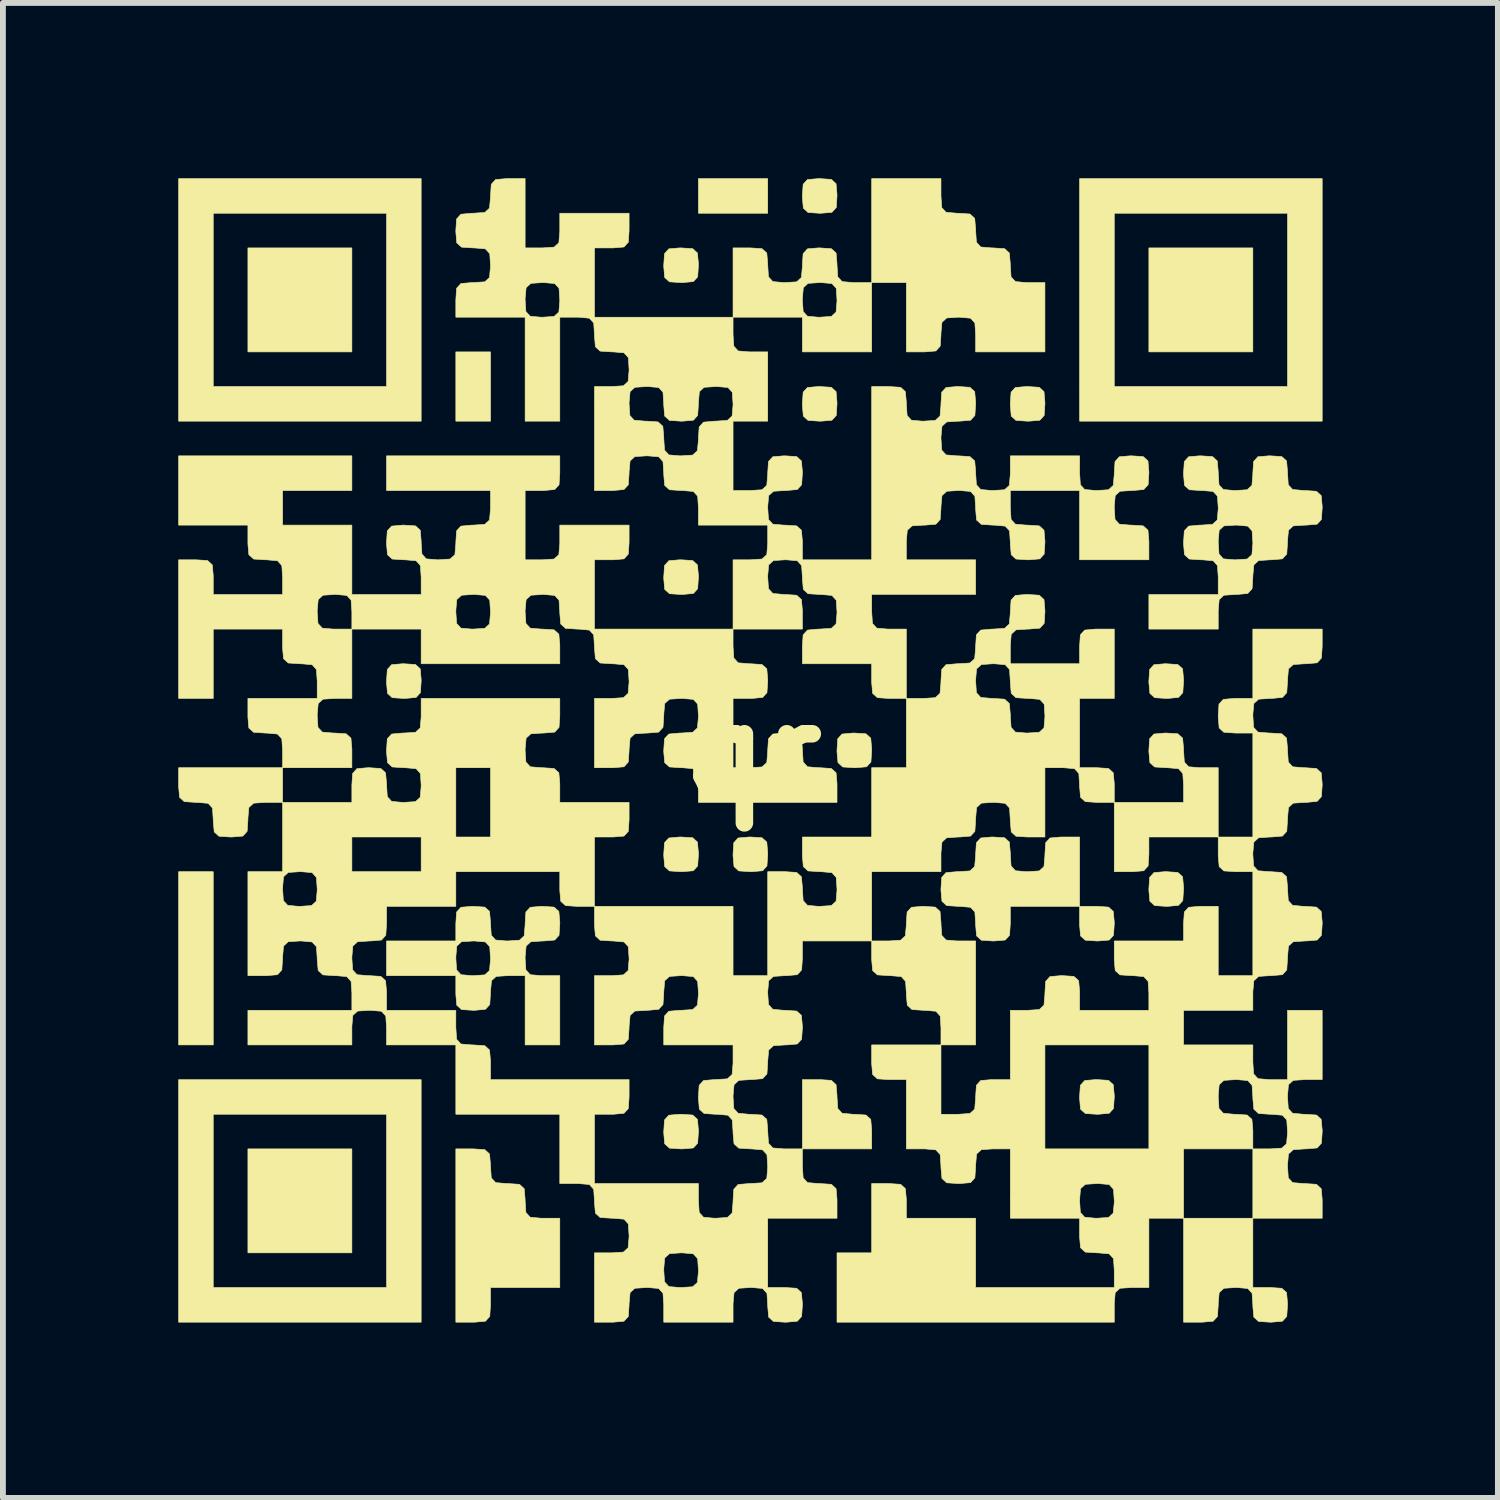
<source format=kicad_pcb>
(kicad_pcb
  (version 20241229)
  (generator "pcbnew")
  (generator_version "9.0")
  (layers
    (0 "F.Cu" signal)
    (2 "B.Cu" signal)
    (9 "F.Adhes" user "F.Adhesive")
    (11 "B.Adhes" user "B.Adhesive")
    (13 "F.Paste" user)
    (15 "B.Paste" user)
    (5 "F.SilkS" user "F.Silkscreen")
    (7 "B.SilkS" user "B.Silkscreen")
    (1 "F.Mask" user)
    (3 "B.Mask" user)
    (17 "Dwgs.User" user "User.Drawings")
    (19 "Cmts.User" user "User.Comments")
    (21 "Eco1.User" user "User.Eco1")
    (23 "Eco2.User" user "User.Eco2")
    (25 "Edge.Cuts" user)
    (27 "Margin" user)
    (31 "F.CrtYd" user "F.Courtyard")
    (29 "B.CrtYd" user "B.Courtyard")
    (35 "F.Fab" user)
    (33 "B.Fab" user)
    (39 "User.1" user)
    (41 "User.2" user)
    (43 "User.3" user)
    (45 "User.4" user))
  (footprint "qr"
    (layer "F.Cu")
    (at 9.826 9.826)
    (property "Reference" "qr" (at 0 0 0) (layer "F.SilkS") (effects (font (size 1.524 1.524) (thickness 0.3))))
    (attr through_hole)
    (fp_poly (pts (xy -9.229 4.995) (xy -9.821 4.995) (xy -9.821 2.032) (xy -9.229 2.032) (xy -9.229 4.995)) (stroke (width 0.01) (type solid)) (fill yes) (layer "F.SilkS"))
    (fp_poly (pts (xy -6.858 -6.858) (xy -8.636 -6.858) (xy -8.636 -8.636) (xy -6.858 -8.636) (xy -6.858 -6.858)) (stroke (width 0.01) (type solid)) (fill yes) (layer "F.SilkS"))
    (fp_poly (pts (xy -6.858 8.551) (xy -8.636 8.551) (xy -8.636 6.773) (xy -6.858 6.773) (xy -6.858 8.551)) (stroke (width 0.01) (type solid)) (fill yes) (layer "F.SilkS"))
    (fp_poly (pts (xy -4.487 -5.673) (xy -5.08 -5.673) (xy -5.08 -6.858) (xy -4.487 -6.858) (xy -4.487 -5.673)) (stroke (width 0.01) (type solid)) (fill yes) (layer "F.SilkS"))
    (fp_poly (pts (xy 0.254 -9.229) (xy -0.931 -9.229) (xy -0.931 -9.821) (xy 0.254 -9.821) (xy 0.254 -9.229)) (stroke (width 0.01) (type solid)) (fill yes) (layer "F.SilkS"))
    (fp_poly (pts (xy 8.551 -6.858) (xy 6.773 -6.858) (xy 6.773 -8.636) (xy 8.551 -8.636) (xy 8.551 -6.858)) (stroke (width 0.01) (type solid)) (fill yes) (layer "F.SilkS"))
    (fp_poly (pts (xy -5.673 -5.673) (xy -9.821 -5.673) (xy -9.821 -9.229) (xy -9.229 -9.229) (xy -9.229 -6.265) (xy -6.265 -6.265) (xy -6.265 -9.229) (xy -9.229 -9.229) (xy -9.821 -9.229) (xy -9.821 -9.821) (xy -5.673 -9.821) (xy -5.673 -5.673)) (stroke (width 0.01) (type solid)) (fill yes) (layer "F.SilkS"))
    (fp_poly (pts (xy -5.673 9.737) (xy -9.821 9.737) (xy -9.821 6.181) (xy -9.229 6.181) (xy -9.229 9.144) (xy -6.265 9.144) (xy -6.265 6.181) (xy -9.229 6.181) (xy -9.821 6.181) (xy -9.821 5.588) (xy -5.673 5.588) (xy -5.673 9.737)) (stroke (width 0.01) (type solid)) (fill yes) (layer "F.SilkS"))
    (fp_poly (pts (xy 9.737 -5.673) (xy 5.588 -5.673) (xy 5.588 -9.229) (xy 6.181 -9.229) (xy 6.181 -6.265) (xy 9.144 -6.265) (xy 9.144 -9.229) (xy 6.181 -9.229) (xy 5.588 -9.229) (xy 5.588 -9.821) (xy 9.737 -9.821) (xy 9.737 -5.673)) (stroke (width 0.01) (type solid)) (fill yes) (layer "F.SilkS"))
    (fp_poly (pts (xy 6.083 2.638) (xy 6.164 2.712) (xy 6.181 2.898) (xy 6.181 2.921) (xy 6.168 3.12) (xy 6.094 3.201) (xy 5.907 3.217) (xy 5.884 3.217) (xy 5.686 3.204) (xy 5.604 3.13) (xy 5.588 2.944) (xy 5.588 2.921) (xy 5.588 2.625) (xy 5.884 2.625) (xy 6.083 2.638)) (stroke (width 0.01) (type solid)) (fill yes) (layer "F.SilkS"))
    (fp_poly (pts (xy -5.77 -1.511) (xy -5.689 -1.437) (xy -5.673 -1.25) (xy -5.673 -1.228) (xy -5.686 -1.029) (xy -5.76 -0.948) (xy -5.946 -0.931) (xy -5.969 -0.931) (xy -6.168 -0.944) (xy -6.249 -1.018) (xy -6.265 -1.205) (xy -6.265 -1.228) (xy -6.252 -1.426) (xy -6.178 -1.508) (xy -5.992 -1.524) (xy -5.969 -1.524) (xy -5.77 -1.511)) (stroke (width 0.01) (type solid)) (fill yes) (layer "F.SilkS"))
    (fp_poly (pts (xy -1.029 -8.623) (xy -0.948 -8.549) (xy -0.931 -8.362) (xy -0.931 -8.34) (xy -0.944 -8.141) (xy -1.018 -8.06) (xy -1.205 -8.043) (xy -1.228 -8.043) (xy -1.426 -8.056) (xy -1.508 -8.13) (xy -1.524 -8.317) (xy -1.524 -8.34) (xy -1.511 -8.538) (xy -1.437 -8.62) (xy -1.25 -8.636) (xy -1.228 -8.636) (xy -1.029 -8.623)) (stroke (width 0.01) (type solid)) (fill yes) (layer "F.SilkS"))
    (fp_poly (pts (xy -1.029 -3.289) (xy -0.948 -3.215) (xy -0.931 -3.028) (xy -0.931 -3.006) (xy -0.944 -2.807) (xy -1.018 -2.726) (xy -1.205 -2.709) (xy -1.228 -2.709) (xy -1.426 -2.722) (xy -1.508 -2.796) (xy -1.524 -2.983) (xy -1.524 -3.006) (xy -1.511 -3.204) (xy -1.437 -3.286) (xy -1.25 -3.302) (xy -1.228 -3.302) (xy -1.029 -3.289)) (stroke (width 0.01) (type solid)) (fill yes) (layer "F.SilkS"))
    (fp_poly (pts (xy -1.029 1.452) (xy -0.948 1.526) (xy -0.931 1.713) (xy -0.931 1.736) (xy -0.944 1.934) (xy -1.018 2.016) (xy -1.205 2.032) (xy -1.228 2.032) (xy -1.426 2.019) (xy -1.508 1.945) (xy -1.524 1.758) (xy -1.524 1.736) (xy -1.511 1.537) (xy -1.437 1.456) (xy -1.25 1.439) (xy -1.228 1.439) (xy -1.029 1.452)) (stroke (width 0.01) (type solid)) (fill yes) (layer "F.SilkS"))
    (fp_poly (pts (xy -1.029 6.194) (xy -0.948 6.268) (xy -0.931 6.454) (xy -0.931 6.477) (xy -0.944 6.676) (xy -1.018 6.757) (xy -1.205 6.773) (xy -1.228 6.773) (xy -1.426 6.76) (xy -1.508 6.686) (xy -1.524 6.5) (xy -1.524 6.477) (xy -1.511 6.278) (xy -1.437 6.197) (xy -1.25 6.181) (xy -1.228 6.181) (xy -1.029 6.194)) (stroke (width 0.01) (type solid)) (fill yes) (layer "F.SilkS"))
    (fp_poly (pts (xy 0.156 1.452) (xy 0.238 1.526) (xy 0.254 1.713) (xy 0.254 1.736) (xy 0.241 1.934) (xy 0.167 2.016) (xy -0.02 2.032) (xy -0.042 2.032) (xy -0.241 2.019) (xy -0.322 1.945) (xy -0.339 1.758) (xy -0.339 1.736) (xy -0.326 1.537) (xy -0.252 1.456) (xy -0.065 1.439) (xy -0.042 1.439) (xy 0.156 1.452)) (stroke (width 0.01) (type solid)) (fill yes) (layer "F.SilkS"))
    (fp_poly (pts (xy 0.847 5.588) (xy 1.143 5.588) (xy 1.342 5.601) (xy 1.423 5.675) (xy 1.439 5.862) (xy 1.439 5.884) (xy 1.452 6.083) (xy 1.526 6.164) (xy 1.713 6.181) (xy 1.736 6.181) (xy 1.934 6.194) (xy 2.016 6.268) (xy 2.032 6.454) (xy 2.032 6.477) (xy 2.032 6.773) (xy 0.847 6.773) (xy 0.847 5.588)) (stroke (width 0.01) (type solid)) (fill yes) (layer "F.SilkS"))
    (fp_poly (pts (xy 1.342 -9.808) (xy 1.423 -9.734) (xy 1.439 -9.548) (xy 1.439 -9.525) (xy 1.426 -9.326) (xy 1.352 -9.245) (xy 1.166 -9.229) (xy 1.143 -9.229) (xy 0.944 -9.242) (xy 0.863 -9.316) (xy 0.847 -9.502) (xy 0.847 -9.525) (xy 0.86 -9.724) (xy 0.934 -9.805) (xy 1.12 -9.821) (xy 1.143 -9.821) (xy 1.342 -9.808)) (stroke (width 0.01) (type solid)) (fill yes) (layer "F.SilkS"))
    (fp_poly (pts (xy 1.342 -6.252) (xy 1.423 -6.178) (xy 1.439 -5.992) (xy 1.439 -5.969) (xy 1.426 -5.77) (xy 1.352 -5.689) (xy 1.166 -5.673) (xy 1.143 -5.673) (xy 0.944 -5.686) (xy 0.863 -5.76) (xy 0.847 -5.946) (xy 0.847 -5.969) (xy 0.86 -6.168) (xy 0.934 -6.249) (xy 1.12 -6.265) (xy 1.143 -6.265) (xy 1.342 -6.252)) (stroke (width 0.01) (type solid)) (fill yes) (layer "F.SilkS"))
    (fp_poly (pts (xy 1.934 -0.326) (xy 2.016 -0.252) (xy 2.032 -0.065) (xy 2.032 -0.042) (xy 2.019 0.156) (xy 1.945 0.238) (xy 1.758 0.254) (xy 1.736 0.254) (xy 1.537 0.241) (xy 1.456 0.167) (xy 1.439 -0.02) (xy 1.439 -0.042) (xy 1.452 -0.241) (xy 1.526 -0.322) (xy 1.713 -0.339) (xy 1.736 -0.339) (xy 1.934 -0.326)) (stroke (width 0.01) (type solid)) (fill yes) (layer "F.SilkS"))
    (fp_poly (pts (xy 4.898 -6.252) (xy 4.979 -6.178) (xy 4.995 -5.992) (xy 4.995 -5.969) (xy 4.982 -5.77) (xy 4.908 -5.689) (xy 4.722 -5.673) (xy 4.699 -5.673) (xy 4.5 -5.686) (xy 4.419 -5.76) (xy 4.403 -5.946) (xy 4.403 -5.969) (xy 4.416 -6.168) (xy 4.49 -6.249) (xy 4.676 -6.265) (xy 4.699 -6.265) (xy 4.898 -6.252)) (stroke (width 0.01) (type solid)) (fill yes) (layer "F.SilkS"))
    (fp_poly (pts (xy 6.083 5.601) (xy 6.164 5.675) (xy 6.181 5.862) (xy 6.181 5.884) (xy 6.168 6.083) (xy 6.094 6.164) (xy 5.907 6.181) (xy 5.884 6.181) (xy 5.686 6.168) (xy 5.604 6.094) (xy 5.588 5.907) (xy 5.588 5.884) (xy 5.601 5.686) (xy 5.675 5.604) (xy 5.862 5.588) (xy 5.884 5.588) (xy 6.083 5.601)) (stroke (width 0.01) (type solid)) (fill yes) (layer "F.SilkS"))
    (fp_poly (pts (xy 7.268 -1.511) (xy 7.35 -1.437) (xy 7.366 -1.25) (xy 7.366 -1.228) (xy 7.353 -1.029) (xy 7.279 -0.948) (xy 7.092 -0.931) (xy 7.07 -0.931) (xy 6.871 -0.944) (xy 6.79 -1.018) (xy 6.773 -1.205) (xy 6.773 -1.228) (xy 6.786 -1.426) (xy 6.86 -1.508) (xy 7.047 -1.524) (xy 7.07 -1.524) (xy 7.268 -1.511)) (stroke (width 0.01) (type solid)) (fill yes) (layer "F.SilkS"))
    (fp_poly (pts (xy 7.268 2.045) (xy 7.35 2.119) (xy 7.366 2.306) (xy 7.366 2.328) (xy 7.353 2.527) (xy 7.279 2.608) (xy 7.092 2.625) (xy 7.07 2.625) (xy 6.871 2.612) (xy 6.79 2.538) (xy 6.773 2.351) (xy 6.773 2.328) (xy 6.786 2.13) (xy 6.86 2.048) (xy 7.047 2.032) (xy 7.07 2.032) (xy 7.268 2.045)) (stroke (width 0.01) (type solid)) (fill yes) (layer "F.SilkS"))
    (fp_poly (pts (xy -4.585 6.786) (xy -4.504 6.86) (xy -4.487 7.047) (xy -4.487 7.07) (xy -4.474 7.268) (xy -4.4 7.35) (xy -4.214 7.366) (xy -4.191 7.366) (xy -3.992 7.379) (xy -3.911 7.453) (xy -3.895 7.64) (xy -3.895 7.662) (xy -3.882 7.861) (xy -3.808 7.942) (xy -3.621 7.959) (xy -3.598 7.959) (xy -3.302 7.959) (xy -3.302 9.144) (xy -4.487 9.144) (xy -4.487 9.44) (xy -4.5 9.639) (xy -4.574 9.72) (xy -4.761 9.737) (xy -4.784 9.737) (xy -5.08 9.737) (xy -5.08 6.773) (xy -4.784 6.773) (xy -4.585 6.786)) (stroke (width 0.01) (type solid)) (fill yes) (layer "F.SilkS"))
    (fp_poly (pts (xy 2.032 -9.821) (xy 3.217 -9.821) (xy 3.217 -9.525) (xy 3.23 -9.326) (xy 3.304 -9.245) (xy 3.491 -9.229) (xy 3.514 -9.229) (xy 3.712 -9.216) (xy 3.794 -9.142) (xy 3.81 -8.955) (xy 3.81 -8.932) (xy 3.823 -8.734) (xy 3.897 -8.652) (xy 4.084 -8.636) (xy 4.106 -8.636) (xy 4.305 -8.623) (xy 4.386 -8.549) (xy 4.403 -8.362) (xy 4.403 -8.34) (xy 4.416 -8.141) (xy 4.49 -8.06) (xy 4.676 -8.043) (xy 4.699 -8.043) (xy 4.995 -8.043) (xy 4.995 -6.858) (xy 3.81 -6.858) (xy 3.81 -7.154) (xy 3.797 -7.353) (xy 3.723 -7.434) (xy 3.536 -7.451) (xy 3.514 -7.451) (xy 3.315 -7.438) (xy 3.234 -7.364) (xy 3.217 -7.177) (xy 3.217 -7.154) (xy 3.204 -6.956) (xy 3.13 -6.874) (xy 2.944 -6.858) (xy 2.921 -6.858) (xy 2.625 -6.858) (xy 2.625 -8.043) (xy 2.032 -8.043) (xy 2.032 -9.821)) (stroke (width 0.01) (type solid)) (fill yes) (layer "F.SilkS"))
    (fp_poly (pts (xy 5.588 2.625) (xy 4.403 2.625) (xy 4.403 2.921) (xy 4.39 3.12) (xy 4.316 3.201) (xy 4.129 3.217) (xy 4.106 3.217) (xy 3.908 3.204) (xy 3.826 3.13) (xy 3.81 2.944) (xy 3.81 2.921) (xy 3.797 2.722) (xy 3.723 2.641) (xy 3.536 2.625) (xy 3.514 2.625) (xy 3.315 2.612) (xy 3.234 2.538) (xy 3.217 2.351) (xy 3.217 2.328) (xy 3.23 2.13) (xy 3.304 2.048) (xy 3.491 2.032) (xy 3.514 2.032) (xy 3.712 2.019) (xy 3.794 1.945) (xy 3.81 1.758) (xy 3.81 1.736) (xy 3.823 1.537) (xy 3.897 1.456) (xy 4.084 1.439) (xy 4.106 1.439) (xy 4.305 1.452) (xy 4.386 1.526) (xy 4.403 1.713) (xy 4.403 1.736) (xy 4.416 1.934) (xy 4.49 2.016) (xy 4.676 2.032) (xy 4.699 2.032) (xy 4.898 2.019) (xy 4.979 1.945) (xy 4.995 1.758) (xy 4.995 1.736) (xy 5.008 1.537) (xy 5.082 1.456) (xy 5.269 1.439) (xy 5.292 1.439) (xy 5.588 1.439) (xy 5.588 2.625)) (stroke (width 0.01) (type solid)) (fill yes) (layer "F.SilkS"))
    (fp_poly (pts (xy 2.032 -6.858) (xy 0.847 -6.858) (xy 0.847 -7.451) (xy -0.339 -7.451) (xy -0.339 -7.747) (xy 0.847 -7.747) (xy 0.86 -7.548) (xy 0.934 -7.467) (xy 1.12 -7.451) (xy 1.143 -7.451) (xy 1.342 -7.464) (xy 1.423 -7.538) (xy 1.439 -7.724) (xy 1.439 -7.747) (xy 1.426 -7.946) (xy 1.352 -8.027) (xy 1.166 -8.043) (xy 1.143 -8.043) (xy 0.944 -8.03) (xy 0.863 -7.956) (xy 0.847 -7.77) (xy 0.847 -7.747) (xy -0.339 -7.747) (xy -0.339 -8.636) (xy -0.042 -8.636) (xy 0.156 -8.623) (xy 0.238 -8.549) (xy 0.254 -8.362) (xy 0.254 -8.34) (xy 0.267 -8.141) (xy 0.341 -8.06) (xy 0.528 -8.043) (xy 0.55 -8.043) (xy 0.749 -8.056) (xy 0.83 -8.13) (xy 0.847 -8.317) (xy 0.847 -8.34) (xy 0.86 -8.538) (xy 0.934 -8.62) (xy 1.12 -8.636) (xy 1.143 -8.636) (xy 1.342 -8.623) (xy 1.423 -8.549) (xy 1.439 -8.362) (xy 1.439 -8.34) (xy 1.452 -8.141) (xy 1.526 -8.06) (xy 1.713 -8.043) (xy 1.736 -8.043) (xy 2.032 -8.043) (xy 2.032 -6.858)) (stroke (width 0.01) (type solid)) (fill yes) (layer "F.SilkS"))
    (fp_poly (pts (xy -3.4 2.638) (xy -3.318 2.712) (xy -3.302 2.898) (xy -3.302 2.921) (xy -3.315 3.12) (xy -3.389 3.201) (xy -3.576 3.217) (xy -3.598 3.217) (xy -3.797 3.23) (xy -3.878 3.304) (xy -3.895 3.491) (xy -3.895 3.514) (xy -3.882 3.712) (xy -3.808 3.794) (xy -3.621 3.81) (xy -3.598 3.81) (xy -3.302 3.81) (xy -3.302 4.995) (xy -3.895 4.995) (xy -3.895 3.81) (xy -4.191 3.81) (xy -4.39 3.823) (xy -4.471 3.897) (xy -4.487 4.084) (xy -4.487 4.106) (xy -4.5 4.305) (xy -4.574 4.386) (xy -4.761 4.403) (xy -4.784 4.403) (xy -4.982 4.39) (xy -5.064 4.316) (xy -5.08 4.129) (xy -5.08 4.106) (xy -5.08 3.81) (xy -6.265 3.81) (xy -6.265 3.514) (xy -5.08 3.514) (xy -5.067 3.712) (xy -4.993 3.794) (xy -4.806 3.81) (xy -4.784 3.81) (xy -4.585 3.797) (xy -4.504 3.723) (xy -4.487 3.536) (xy -4.487 3.514) (xy -4.5 3.315) (xy -4.574 3.234) (xy -4.761 3.217) (xy -4.784 3.217) (xy -4.982 3.23) (xy -5.064 3.304) (xy -5.08 3.491) (xy -5.08 3.514) (xy -6.265 3.514) (xy -6.265 3.217) (xy -5.08 3.217) (xy -5.08 2.921) (xy -5.067 2.722) (xy -4.993 2.641) (xy -4.806 2.625) (xy -4.784 2.625) (xy -4.585 2.638) (xy -4.504 2.712) (xy -4.487 2.898) (xy -4.487 2.921) (xy -4.474 3.12) (xy -4.4 3.201) (xy -4.214 3.217) (xy -4.191 3.217) (xy -3.992 3.204) (xy -3.911 3.13) (xy -3.895 2.944) (xy -3.895 2.921) (xy -3.882 2.722) (xy -3.808 2.641) (xy -3.621 2.625) (xy -3.598 2.625) (xy -3.4 2.638)) (stroke (width 0.01) (type solid)) (fill yes) (layer "F.SilkS"))
    (fp_poly (pts (xy 9.046 -5.067) (xy 9.128 -4.993) (xy 9.144 -4.806) (xy 9.144 -4.784) (xy 9.157 -4.585) (xy 9.231 -4.504) (xy 9.418 -4.487) (xy 9.44 -4.487) (xy 9.639 -4.474) (xy 9.72 -4.4) (xy 9.737 -4.214) (xy 9.737 -4.191) (xy 9.724 -3.992) (xy 9.65 -3.911) (xy 9.463 -3.895) (xy 9.44 -3.895) (xy 9.242 -3.882) (xy 9.16 -3.808) (xy 9.144 -3.621) (xy 9.144 -3.598) (xy 9.131 -3.4) (xy 9.057 -3.318) (xy 8.87 -3.302) (xy 8.848 -3.302) (xy 8.649 -3.289) (xy 8.568 -3.215) (xy 8.551 -3.028) (xy 8.551 -3.006) (xy 8.538 -2.807) (xy 8.464 -2.726) (xy 8.278 -2.709) (xy 8.255 -2.709) (xy 8.056 -2.696) (xy 7.975 -2.622) (xy 7.959 -2.436) (xy 7.959 -2.413) (xy 7.959 -2.117) (xy 6.773 -2.117) (xy 6.773 -2.709) (xy 7.959 -2.709) (xy 7.959 -3.006) (xy 7.946 -3.204) (xy 7.872 -3.286) (xy 7.685 -3.302) (xy 7.662 -3.302) (xy 7.464 -3.315) (xy 7.382 -3.389) (xy 7.366 -3.576) (xy 7.366 -3.598) (xy 7.959 -3.598) (xy 7.972 -3.4) (xy 8.046 -3.318) (xy 8.232 -3.302) (xy 8.255 -3.302) (xy 8.454 -3.315) (xy 8.535 -3.389) (xy 8.551 -3.576) (xy 8.551 -3.598) (xy 8.538 -3.797) (xy 8.464 -3.878) (xy 8.278 -3.895) (xy 8.255 -3.895) (xy 8.056 -3.882) (xy 7.975 -3.808) (xy 7.959 -3.621) (xy 7.959 -3.598) (xy 7.366 -3.598) (xy 7.379 -3.797) (xy 7.453 -3.878) (xy 7.64 -3.895) (xy 7.662 -3.895) (xy 7.861 -3.908) (xy 7.942 -3.982) (xy 7.959 -4.168) (xy 7.959 -4.191) (xy 7.946 -4.39) (xy 7.872 -4.471) (xy 7.685 -4.487) (xy 7.662 -4.487) (xy 7.464 -4.5) (xy 7.382 -4.574) (xy 7.366 -4.761) (xy 7.366 -4.784) (xy 7.379 -4.982) (xy 7.453 -5.064) (xy 7.64 -5.08) (xy 7.662 -5.08) (xy 7.861 -5.067) (xy 7.942 -4.993) (xy 7.959 -4.806) (xy 7.959 -4.784) (xy 7.972 -4.585) (xy 8.046 -4.504) (xy 8.232 -4.487) (xy 8.255 -4.487) (xy 8.454 -4.5) (xy 8.535 -4.574) (xy 8.551 -4.761) (xy 8.551 -4.784) (xy 8.564 -4.982) (xy 8.638 -5.064) (xy 8.825 -5.08) (xy 8.848 -5.08) (xy 9.046 -5.067)) (stroke (width 0.01) (type solid)) (fill yes) (layer "F.SilkS"))
    (fp_poly (pts (xy -0.339 -7.154) (xy -0.326 -6.956) (xy -0.252 -6.874) (xy -0.065 -6.858) (xy -0.042 -6.858) (xy 0.254 -6.858) (xy 0.254 -5.673) (xy -0.339 -5.673) (xy -0.339 -4.487) (xy -0.042 -4.487) (xy 0.156 -4.5) (xy 0.238 -4.574) (xy 0.254 -4.761) (xy 0.254 -4.784) (xy 0.267 -4.982) (xy 0.341 -5.064) (xy 0.528 -5.08) (xy 0.55 -5.08) (xy 0.749 -5.067) (xy 0.83 -4.993) (xy 0.847 -4.806) (xy 0.847 -4.784) (xy 0.834 -4.585) (xy 0.76 -4.504) (xy 0.573 -4.487) (xy 0.55 -4.487) (xy 0.352 -4.474) (xy 0.27 -4.4) (xy 0.254 -4.214) (xy 0.254 -4.191) (xy 0.267 -3.992) (xy 0.341 -3.911) (xy 0.528 -3.895) (xy 0.55 -3.895) (xy 0.749 -3.882) (xy 0.83 -3.808) (xy 0.847 -3.621) (xy 0.847 -3.598) (xy 0.847 -3.302) (xy 2.032 -3.302) (xy 2.032 -6.265) (xy 2.328 -6.265) (xy 2.527 -6.252) (xy 2.608 -6.178) (xy 2.625 -5.992) (xy 2.625 -5.969) (xy 2.638 -5.77) (xy 2.712 -5.689) (xy 2.898 -5.673) (xy 2.921 -5.673) (xy 3.12 -5.686) (xy 3.201 -5.76) (xy 3.217 -5.946) (xy 3.217 -5.969) (xy 3.23 -6.168) (xy 3.304 -6.249) (xy 3.491 -6.265) (xy 3.514 -6.265) (xy 3.712 -6.252) (xy 3.794 -6.178) (xy 3.81 -5.992) (xy 3.81 -5.969) (xy 3.797 -5.77) (xy 3.723 -5.689) (xy 3.536 -5.673) (xy 3.514 -5.673) (xy 3.315 -5.66) (xy 3.234 -5.586) (xy 3.217 -5.399) (xy 3.217 -5.376) (xy 3.23 -5.178) (xy 3.304 -5.096) (xy 3.491 -5.08) (xy 3.514 -5.08) (xy 3.712 -5.067) (xy 3.794 -4.993) (xy 3.81 -4.806) (xy 3.81 -4.784) (xy 3.823 -4.585) (xy 3.897 -4.504) (xy 4.084 -4.487) (xy 4.106 -4.487) (xy 4.305 -4.5) (xy 4.386 -4.574) (xy 4.403 -4.761) (xy 4.403 -4.784) (xy 4.403 -5.08) (xy 5.588 -5.08) (xy 5.588 -4.784) (xy 5.601 -4.585) (xy 5.675 -4.504) (xy 5.862 -4.487) (xy 5.884 -4.487) (xy 6.083 -4.5) (xy 6.164 -4.574) (xy 6.181 -4.761) (xy 6.181 -4.784) (xy 6.194 -4.982) (xy 6.268 -5.064) (xy 6.454 -5.08) (xy 6.477 -5.08) (xy 6.676 -5.067) (xy 6.757 -4.993) (xy 6.773 -4.806) (xy 6.773 -4.784) (xy 6.76 -4.585) (xy 6.686 -4.504) (xy 6.5 -4.487) (xy 6.477 -4.487) (xy 6.278 -4.474) (xy 6.197 -4.4) (xy 6.181 -4.214) (xy 6.181 -4.191) (xy 6.194 -3.992) (xy 6.268 -3.911) (xy 6.454 -3.895) (xy 6.477 -3.895) (xy 6.676 -3.882) (xy 6.757 -3.808) (xy 6.773 -3.621) (xy 6.773 -3.598) (xy 6.773 -3.302) (xy 5.588 -3.302) (xy 5.588 -4.487) (xy 4.403 -4.487) (xy 4.403 -4.191) (xy 4.416 -3.992) (xy 4.49 -3.911) (xy 4.676 -3.895) (xy 4.699 -3.895) (xy 4.898 -3.882) (xy 4.979 -3.808) (xy 4.995 -3.621) (xy 4.995 -3.598) (xy 4.982 -3.4) (xy 4.908 -3.318) (xy 4.722 -3.302) (xy 4.699 -3.302) (xy 4.5 -3.315) (xy 4.419 -3.389) (xy 4.403 -3.576) (xy 4.403 -3.598) (xy 4.39 -3.797) (xy 4.316 -3.878) (xy 4.129 -3.895) (xy 4.106 -3.895) (xy 3.908 -3.908) (xy 3.826 -3.982) (xy 3.81 -4.168) (xy 3.81 -4.191) (xy 3.797 -4.39) (xy 3.723 -4.471) (xy 3.536 -4.487) (xy 3.514 -4.487) (xy 3.315 -4.474) (xy 3.234 -4.4) (xy 3.217 -4.214) (xy 3.217 -4.191) (xy 3.204 -3.992) (xy 3.13 -3.911) (xy 2.944 -3.895) (xy 2.921 -3.895) (xy 2.722 -3.882) (xy 2.641 -3.808) (xy 2.625 -3.621) (xy 2.625 -3.598) (xy 2.625 -3.302) (xy 3.81 -3.302) (xy 3.81 -2.709) (xy 2.032 -2.709) (xy 2.032 -2.413) (xy 2.045 -2.214) (xy 2.119 -2.133) (xy 2.306 -2.117) (xy 2.328 -2.117) (xy 2.625 -2.117) (xy 2.625 -0.931) (xy 2.921 -0.931) (xy 3.12 -0.944) (xy 3.201 -1.018) (xy 3.217 -1.205) (xy 3.217 -1.228) (xy 3.81 -1.228) (xy 3.823 -1.029) (xy 3.897 -0.948) (xy 4.084 -0.931) (xy 4.106 -0.931) (xy 4.305 -0.918) (xy 4.386 -0.844) (xy 4.403 -0.658) (xy 4.403 -0.635) (xy 4.416 -0.436) (xy 4.49 -0.355) (xy 4.676 -0.339) (xy 4.699 -0.339) (xy 4.898 -0.352) (xy 4.979 -0.426) (xy 4.995 -0.612) (xy 4.995 -0.635) (xy 4.982 -0.834) (xy 4.908 -0.915) (xy 4.722 -0.931) (xy 4.699 -0.931) (xy 4.5 -0.944) (xy 4.419 -1.018) (xy 4.403 -1.205) (xy 4.403 -1.228) (xy 4.39 -1.426) (xy 4.316 -1.508) (xy 4.129 -1.524) (xy 4.106 -1.524) (xy 3.908 -1.511) (xy 3.826 -1.437) (xy 3.81 -1.25) (xy 3.81 -1.228) (xy 3.217 -1.228) (xy 3.23 -1.426) (xy 3.304 -1.508) (xy 3.491 -1.524) (xy 3.514 -1.524) (xy 3.712 -1.537) (xy 3.794 -1.611) (xy 3.81 -1.798) (xy 3.81 -1.82) (xy 3.823 -2.019) (xy 3.897 -2.1) (xy 4.084 -2.117) (xy 4.106 -2.117) (xy 4.305 -2.13) (xy 4.386 -2.204) (xy 4.403 -2.39) (xy 4.403 -2.413) (xy 4.416 -2.612) (xy 4.49 -2.693) (xy 4.676 -2.709) (xy 4.699 -2.709) (xy 4.898 -2.696) (xy 4.979 -2.622) (xy 4.995 -2.436) (xy 4.995 -2.413) (xy 4.982 -2.214) (xy 4.908 -2.133) (xy 4.722 -2.117) (xy 4.699 -2.117) (xy 4.5 -2.104) (xy 4.419 -2.03) (xy 4.403 -1.843) (xy 4.403 -1.82) (xy 4.403 -1.524) (xy 5.588 -1.524) (xy 5.588 -1.82) (xy 5.601 -2.019) (xy 5.675 -2.1) (xy 5.862 -2.117) (xy 5.884 -2.117) (xy 6.181 -2.117) (xy 6.181 -0.931) (xy 5.588 -0.931) (xy 5.588 0.254) (xy 5.884 0.254) (xy 6.083 0.267) (xy 6.164 0.341) (xy 6.181 0.528) (xy 6.181 0.55) (xy 6.181 0.847) (xy 7.366 0.847) (xy 7.366 0.55) (xy 7.353 0.352) (xy 7.279 0.27) (xy 7.092 0.254) (xy 7.07 0.254) (xy 6.871 0.241) (xy 6.79 0.167) (xy 6.773 -0.02) (xy 6.773 -0.042) (xy 6.786 -0.241) (xy 6.86 -0.322) (xy 7.047 -0.339) (xy 7.07 -0.339) (xy 7.268 -0.326) (xy 7.35 -0.252) (xy 7.366 -0.065) (xy 7.366 -0.042) (xy 7.379 0.156) (xy 7.453 0.238) (xy 7.64 0.254) (xy 7.662 0.254) (xy 7.959 0.254) (xy 7.959 1.439) (xy 8.551 1.439) (xy 8.551 -0.339) (xy 8.255 -0.339) (xy 8.056 -0.352) (xy 7.975 -0.426) (xy 7.959 -0.612) (xy 7.959 -0.635) (xy 7.972 -0.834) (xy 8.046 -0.915) (xy 8.232 -0.931) (xy 8.255 -0.931) (xy 8.551 -0.931) (xy 8.551 -2.117) (xy 9.737 -2.117) (xy 9.737 -1.82) (xy 9.724 -1.622) (xy 9.65 -1.54) (xy 9.463 -1.524) (xy 9.44 -1.524) (xy 9.242 -1.511) (xy 9.16 -1.437) (xy 9.144 -1.25) (xy 9.144 -1.228) (xy 9.131 -1.029) (xy 9.057 -0.948) (xy 8.87 -0.931) (xy 8.848 -0.931) (xy 8.649 -0.918) (xy 8.568 -0.844) (xy 8.551 -0.658) (xy 8.551 -0.635) (xy 8.564 -0.436) (xy 8.638 -0.355) (xy 8.825 -0.339) (xy 8.848 -0.339) (xy 9.046 -0.326) (xy 9.128 -0.252) (xy 9.144 -0.065) (xy 9.144 -0.042) (xy 9.157 0.156) (xy 9.231 0.238) (xy 9.418 0.254) (xy 9.44 0.254) (xy 9.639 0.267) (xy 9.72 0.341) (xy 9.737 0.528) (xy 9.737 0.55) (xy 9.724 0.749) (xy 9.65 0.83) (xy 9.463 0.847) (xy 9.44 0.847) (xy 9.242 0.86) (xy 9.16 0.934) (xy 9.144 1.12) (xy 9.144 1.143) (xy 9.131 1.342) (xy 9.057 1.423) (xy 8.87 1.439) (xy 8.848 1.439) (xy 8.649 1.452) (xy 8.568 1.526) (xy 8.551 1.713) (xy 8.551 1.736) (xy 8.564 1.934) (xy 8.638 2.016) (xy 8.825 2.032) (xy 8.848 2.032) (xy 9.046 2.045) (xy 9.128 2.119) (xy 9.144 2.306) (xy 9.144 2.328) (xy 9.157 2.527) (xy 9.231 2.608) (xy 9.418 2.625) (xy 9.44 2.625) (xy 9.639 2.638) (xy 9.72 2.712) (xy 9.737 2.898) (xy 9.737 2.921) (xy 9.724 3.12) (xy 9.65 3.201) (xy 9.463 3.217) (xy 9.44 3.217) (xy 9.242 3.23) (xy 9.16 3.304) (xy 9.144 3.491) (xy 9.144 3.514) (xy 9.131 3.712) (xy 9.057 3.794) (xy 8.87 3.81) (xy 8.848 3.81) (xy 8.649 3.823) (xy 8.568 3.897) (xy 8.551 4.084) (xy 8.551 4.106) (xy 8.551 4.403) (xy 7.366 4.403) (xy 7.366 4.995) (xy 8.551 4.995) (xy 8.551 5.292) (xy 8.564 5.49) (xy 8.638 5.572) (xy 8.825 5.588) (xy 8.848 5.588) (xy 9.144 5.588) (xy 9.144 4.403) (xy 9.737 4.403) (xy 9.737 5.588) (xy 9.44 5.588) (xy 9.242 5.601) (xy 9.16 5.675) (xy 9.144 5.862) (xy 9.144 5.884) (xy 9.157 6.083) (xy 9.231 6.164) (xy 9.418 6.181) (xy 9.44 6.181) (xy 9.639 6.194) (xy 9.72 6.268) (xy 9.737 6.454) (xy 9.737 6.477) (xy 9.724 6.676) (xy 9.65 6.757) (xy 9.463 6.773) (xy 9.44 6.773) (xy 9.242 6.786) (xy 9.16 6.86) (xy 9.144 7.047) (xy 9.144 7.07) (xy 9.157 7.268) (xy 9.231 7.35) (xy 9.418 7.366) (xy 9.44 7.366) (xy 9.639 7.379) (xy 9.72 7.453) (xy 9.737 7.64) (xy 9.737 7.662) (xy 9.737 7.959) (xy 8.551 7.959) (xy 8.551 9.144) (xy 8.848 9.144) (xy 9.046 9.157) (xy 9.128 9.231) (xy 9.144 9.418) (xy 9.144 9.44) (xy 9.131 9.639) (xy 9.057 9.72) (xy 8.87 9.737) (xy 8.848 9.737) (xy 8.649 9.724) (xy 8.568 9.65) (xy 8.551 9.463) (xy 8.551 9.44) (xy 8.538 9.242) (xy 8.464 9.16) (xy 8.278 9.144) (xy 8.255 9.144) (xy 8.056 9.157) (xy 7.975 9.231) (xy 7.959 9.418) (xy 7.959 9.44) (xy 7.946 9.639) (xy 7.872 9.72) (xy 7.685 9.737) (xy 7.662 9.737) (xy 7.366 9.737) (xy 7.366 7.959) (xy 6.773 7.959) (xy 6.773 9.144) (xy 6.477 9.144) (xy 6.278 9.157) (xy 6.197 9.231) (xy 6.181 9.418) (xy 6.181 9.44) (xy 6.181 9.737) (xy 1.439 9.737) (xy 1.439 8.551) (xy 2.032 8.551) (xy 2.032 7.366) (xy 2.328 7.366) (xy 2.527 7.379) (xy 2.608 7.453) (xy 2.625 7.64) (xy 2.625 7.662) (xy 2.625 7.959) (xy 3.81 7.959) (xy 3.81 9.144) (xy 6.181 9.144) (xy 6.181 8.848) (xy 6.168 8.649) (xy 6.094 8.568) (xy 5.907 8.551) (xy 5.884 8.551) (xy 5.686 8.538) (xy 5.604 8.464) (xy 5.588 8.278) (xy 5.588 8.255) (xy 5.588 7.959) (xy 4.403 7.959) (xy 4.403 7.662) (xy 5.588 7.662) (xy 5.601 7.861) (xy 5.675 7.942) (xy 5.862 7.959) (xy 5.884 7.959) (xy 6.083 7.946) (xy 6.164 7.872) (xy 6.181 7.685) (xy 6.181 7.662) (xy 6.168 7.464) (xy 6.094 7.382) (xy 5.907 7.366) (xy 5.884 7.366) (xy 5.686 7.379) (xy 5.604 7.453) (xy 5.588 7.64) (xy 5.588 7.662) (xy 4.403 7.662) (xy 4.403 6.773) (xy 4.106 6.773) (xy 3.908 6.786) (xy 3.826 6.86) (xy 3.81 7.047) (xy 3.81 7.07) (xy 3.797 7.268) (xy 3.723 7.35) (xy 3.536 7.366) (xy 3.514 7.366) (xy 3.315 7.353) (xy 3.234 7.279) (xy 3.217 7.092) (xy 3.217 7.07) (xy 3.204 6.871) (xy 3.13 6.79) (xy 2.944 6.773) (xy 2.921 6.773) (xy 2.625 6.773) (xy 2.625 5.588) (xy 2.328 5.588) (xy 2.13 5.575) (xy 2.048 5.501) (xy 2.032 5.314) (xy 2.032 5.292) (xy 2.032 4.995) (xy 3.217 4.995) (xy 3.217 4.699) (xy 3.204 4.5) (xy 3.13 4.419) (xy 2.944 4.403) (xy 2.921 4.403) (xy 2.722 4.39) (xy 2.641 4.316) (xy 2.625 4.129) (xy 2.625 4.106) (xy 2.612 3.908) (xy 2.538 3.826) (xy 2.351 3.81) (xy 2.328 3.81) (xy 2.13 3.797) (xy 2.048 3.723) (xy 2.032 3.536) (xy 2.032 3.514) (xy 2.032 3.217) (xy 0.847 3.217) (xy 0.847 3.514) (xy 0.834 3.712) (xy 0.76 3.794) (xy 0.573 3.81) (xy 0.55 3.81) (xy 0.352 3.823) (xy 0.27 3.897) (xy 0.254 4.084) (xy 0.254 4.106) (xy 0.267 4.305) (xy 0.341 4.386) (xy 0.528 4.403) (xy 0.55 4.403) (xy 0.749 4.416) (xy 0.83 4.49) (xy 0.847 4.676) (xy 0.847 4.699) (xy 0.834 4.898) (xy 0.76 4.979) (xy 0.573 4.995) (xy 0.55 4.995) (xy 0.352 5.008) (xy 0.27 5.082) (xy 0.254 5.269) (xy 0.254 5.292) (xy 0.241 5.49) (xy 0.167 5.572) (xy -0.02 5.588) (xy -0.042 5.588) (xy -0.241 5.601) (xy -0.322 5.675) (xy -0.339 5.862) (xy -0.339 5.884) (xy -0.326 6.083) (xy -0.252 6.164) (xy -0.065 6.181) (xy -0.042 6.181) (xy 0.156 6.194) (xy 0.238 6.268) (xy 0.254 6.454) (xy 0.254 6.477) (xy 0.267 6.676) (xy 0.341 6.757) (xy 0.528 6.773) (xy 0.55 6.773) (xy 0.847 6.773) (xy 0.847 7.07) (xy 0.86 7.268) (xy 0.934 7.35) (xy 1.12 7.366) (xy 1.143 7.366) (xy 1.342 7.379) (xy 1.423 7.453) (xy 1.439 7.64) (xy 1.439 7.662) (xy 1.439 7.959) (xy 0.254 7.959) (xy 0.254 9.144) (xy 0.55 9.144) (xy 0.749 9.157) (xy 0.83 9.231) (xy 0.847 9.418) (xy 0.847 9.44) (xy 0.834 9.639) (xy 0.76 9.72) (xy 0.573 9.737) (xy 0.55 9.737) (xy 0.352 9.724) (xy 0.27 9.65) (xy 0.254 9.463) (xy 0.254 9.44) (xy 0.241 9.242) (xy 0.167 9.16) (xy -0.02 9.144) (xy -0.042 9.144) (xy -0.241 9.157) (xy -0.322 9.231) (xy -0.339 9.418) (xy -0.339 9.44) (xy -0.339 9.737) (xy -1.524 9.737) (xy -1.524 9.44) (xy -1.537 9.242) (xy -1.611 9.16) (xy -1.798 9.144) (xy -1.82 9.144) (xy -2.019 9.157) (xy -2.1 9.231) (xy -2.117 9.418) (xy -2.117 9.44) (xy -2.13 9.639) (xy -2.204 9.72) (xy -2.39 9.737) (xy -2.413 9.737) (xy -2.709 9.737) (xy -2.709 8.848) (xy -1.524 8.848) (xy -1.511 9.046) (xy -1.437 9.128) (xy -1.25 9.144) (xy -1.228 9.144) (xy -1.029 9.131) (xy -0.948 9.057) (xy -0.931 8.87) (xy -0.931 8.848) (xy -0.944 8.649) (xy -1.018 8.568) (xy -1.205 8.551) (xy -1.228 8.551) (xy -1.426 8.564) (xy -1.508 8.638) (xy -1.524 8.825) (xy -1.524 8.848) (xy -2.709 8.848) (xy -2.709 8.551) (xy -2.413 8.551) (xy -2.214 8.538) (xy -2.133 8.464) (xy -2.117 8.278) (xy -2.117 8.255) (xy -2.13 8.056) (xy -2.204 7.975) (xy -2.39 7.959) (xy -2.413 7.959) (xy -2.612 7.946) (xy -2.693 7.872) (xy -2.709 7.685) (xy -2.709 7.662) (xy -2.722 7.464) (xy -2.796 7.382) (xy -2.983 7.366) (xy -3.006 7.366) (xy -3.302 7.366) (xy -3.302 6.181) (xy -5.08 6.181) (xy -5.08 4.995) (xy -6.265 4.995) (xy -6.265 4.699) (xy -6.278 4.5) (xy -6.352 4.419) (xy -6.539 4.403) (xy -6.562 4.403) (xy -6.76 4.416) (xy -6.842 4.49) (xy -6.858 4.676) (xy -6.858 4.699) (xy -6.858 4.995) (xy -8.636 4.995) (xy -8.636 4.403) (xy -6.858 4.403) (xy -6.858 4.106) (xy -6.871 3.908) (xy -6.945 3.826) (xy -7.132 3.81) (xy -7.154 3.81) (xy -7.353 3.797) (xy -7.434 3.723) (xy -7.451 3.536) (xy -7.451 3.514) (xy -6.858 3.514) (xy -6.845 3.712) (xy -6.771 3.794) (xy -6.584 3.81) (xy -6.562 3.81) (xy -6.363 3.823) (xy -6.282 3.897) (xy -6.265 4.084) (xy -6.265 4.106) (xy -6.265 4.403) (xy -5.08 4.403) (xy -5.08 4.699) (xy -5.067 4.898) (xy -4.993 4.979) (xy -4.806 4.995) (xy -4.784 4.995) (xy -4.585 5.008) (xy -4.504 5.082) (xy -4.487 5.269) (xy -4.487 5.292) (xy -4.487 5.588) (xy -2.117 5.588) (xy -2.117 5.884) (xy -2.13 6.083) (xy -2.204 6.164) (xy -2.39 6.181) (xy -2.413 6.181) (xy -2.709 6.181) (xy -2.709 7.366) (xy -0.931 7.366) (xy -0.931 7.662) (xy -0.918 7.861) (xy -0.844 7.942) (xy -0.658 7.959) (xy -0.635 7.959) (xy -0.436 7.946) (xy -0.355 7.872) (xy -0.339 7.685) (xy -0.339 7.662) (xy -0.326 7.464) (xy -0.252 7.382) (xy -0.065 7.366) (xy -0.042 7.366) (xy 0.156 7.353) (xy 0.238 7.279) (xy 0.254 7.092) (xy 0.254 7.07) (xy 0.241 6.871) (xy 0.167 6.79) (xy -0.02 6.773) (xy -0.042 6.773) (xy -0.241 6.76) (xy -0.322 6.686) (xy -0.339 6.5) (xy -0.339 6.477) (xy -0.352 6.278) (xy -0.426 6.197) (xy -0.612 6.181) (xy -0.635 6.181) (xy -0.834 6.168) (xy -0.915 6.094) (xy -0.931 5.907) (xy -0.931 5.884) (xy -0.918 5.686) (xy -0.844 5.604) (xy -0.658 5.588) (xy -0.635 5.588) (xy -0.436 5.575) (xy -0.355 5.501) (xy -0.339 5.314) (xy -0.339 5.292) (xy -0.339 4.995) (xy -1.524 4.995) (xy -1.524 4.699) (xy -1.511 4.5) (xy -1.437 4.419) (xy -1.25 4.403) (xy -1.228 4.403) (xy -1.029 4.39) (xy -0.948 4.316) (xy -0.931 4.129) (xy -0.931 4.106) (xy -0.944 3.908) (xy -1.018 3.826) (xy -1.205 3.81) (xy -1.228 3.81) (xy -1.426 3.823) (xy -1.508 3.897) (xy -1.524 4.084) (xy -1.524 4.106) (xy -1.537 4.305) (xy -1.611 4.386) (xy -1.798 4.403) (xy -1.82 4.403) (xy -2.019 4.416) (xy -2.1 4.49) (xy -2.117 4.676) (xy -2.117 4.699) (xy -2.13 4.898) (xy -2.204 4.979) (xy -2.39 4.995) (xy -2.413 4.995) (xy -2.709 4.995) (xy -2.709 3.81) (xy -2.413 3.81) (xy -2.214 3.797) (xy -2.133 3.723) (xy -2.117 3.536) (xy -2.117 3.514) (xy -2.13 3.315) (xy -2.204 3.234) (xy -2.39 3.217) (xy -2.413 3.217) (xy -2.612 3.204) (xy -2.693 3.13) (xy -2.709 2.944) (xy -2.709 2.921) (xy -2.709 2.625) (xy -3.006 2.625) (xy -3.204 2.612) (xy -3.286 2.538) (xy -3.302 2.351) (xy -3.302 2.328) (xy -3.302 2.032) (xy -5.08 2.032) (xy -5.08 2.625) (xy -6.265 2.625) (xy -6.265 2.921) (xy -6.278 3.12) (xy -6.352 3.201) (xy -6.539 3.217) (xy -6.562 3.217) (xy -6.76 3.23) (xy -6.842 3.304) (xy -6.858 3.491) (xy -6.858 3.514) (xy -7.451 3.514) (xy -7.464 3.315) (xy -7.538 3.234) (xy -7.724 3.217) (xy -7.747 3.217) (xy -7.946 3.23) (xy -8.027 3.304) (xy -8.043 3.491) (xy -8.043 3.514) (xy -8.056 3.712) (xy -8.13 3.794) (xy -8.317 3.81) (xy -8.34 3.81) (xy -8.636 3.81) (xy -8.636 2.328) (xy -8.043 2.328) (xy -8.03 2.527) (xy -7.956 2.608) (xy -7.77 2.625) (xy -7.747 2.625) (xy -7.548 2.612) (xy -7.467 2.538) (xy -7.451 2.351) (xy -7.451 2.328) (xy -7.464 2.13) (xy -7.538 2.048) (xy -7.724 2.032) (xy -7.747 2.032) (xy -7.946 2.045) (xy -8.027 2.119) (xy -8.043 2.306) (xy -8.043 2.328) (xy -8.636 2.328) (xy -8.636 2.032) (xy -8.043 2.032) (xy -8.043 1.439) (xy -6.858 1.439) (xy -6.858 2.032) (xy -5.673 2.032) (xy -5.673 1.439) (xy -6.858 1.439) (xy -8.043 1.439) (xy -8.043 0.847) (xy -8.34 0.847) (xy -8.538 0.86) (xy -8.62 0.934) (xy -8.636 1.12) (xy -8.636 1.143) (xy -8.649 1.342) (xy -8.723 1.423) (xy -8.91 1.439) (xy -8.932 1.439) (xy -9.131 1.426) (xy -9.212 1.352) (xy -9.229 1.166) (xy -9.229 1.143) (xy -9.242 0.944) (xy -9.316 0.863) (xy -9.502 0.847) (xy -9.525 0.847) (xy -9.724 0.834) (xy -9.805 0.76) (xy -9.821 0.573) (xy -9.821 0.55) (xy -9.821 0.254) (xy -8.043 0.254) (xy -8.043 0.847) (xy -6.858 0.847) (xy -6.858 0.55) (xy -6.845 0.352) (xy -6.771 0.27) (xy -6.584 0.254) (xy -6.562 0.254) (xy -6.363 0.267) (xy -6.282 0.341) (xy -6.265 0.528) (xy -6.265 0.55) (xy -6.252 0.749) (xy -6.178 0.83) (xy -5.992 0.847) (xy -5.969 0.847) (xy -5.77 0.834) (xy -5.689 0.76) (xy -5.673 0.573) (xy -5.673 0.55) (xy -5.686 0.352) (xy -5.76 0.27) (xy -5.946 0.254) (xy -5.969 0.254) (xy -5.08 0.254) (xy -5.08 1.439) (xy -4.487 1.439) (xy -4.487 0.254) (xy -5.08 0.254) (xy -5.969 0.254) (xy -6.168 0.241) (xy -6.249 0.167) (xy -6.265 -0.02) (xy -6.265 -0.042) (xy -6.252 -0.241) (xy -6.178 -0.322) (xy -5.992 -0.339) (xy -5.969 -0.339) (xy -5.77 -0.352) (xy -5.689 -0.426) (xy -5.673 -0.612) (xy -5.673 -0.635) (xy -5.673 -0.931) (xy -3.302 -0.931) (xy -3.302 -0.635) (xy -3.315 -0.436) (xy -3.389 -0.355) (xy -3.576 -0.339) (xy -3.598 -0.339) (xy -3.797 -0.326) (xy -3.878 -0.252) (xy -3.895 -0.065) (xy -3.895 -0.042) (xy -3.882 0.156) (xy -3.808 0.238) (xy -3.621 0.254) (xy -3.598 0.254) (xy -3.4 0.267) (xy -3.318 0.341) (xy -3.302 0.528) (xy -3.302 0.55) (xy -3.302 0.847) (xy -2.117 0.847) (xy -2.117 1.143) (xy -2.13 1.342) (xy -2.204 1.423) (xy -2.39 1.439) (xy -2.413 1.439) (xy -2.709 1.439) (xy -2.709 2.625) (xy -0.339 2.625) (xy -0.339 3.81) (xy 0.254 3.81) (xy 0.254 2.032) (xy 0.55 2.032) (xy 0.749 2.045) (xy 0.83 2.119) (xy 0.847 2.306) (xy 0.847 2.328) (xy 0.86 2.527) (xy 0.934 2.608) (xy 1.12 2.625) (xy 1.143 2.625) (xy 1.342 2.612) (xy 1.423 2.538) (xy 1.439 2.351) (xy 1.439 2.328) (xy 1.426 2.13) (xy 1.352 2.048) (xy 1.166 2.032) (xy 1.143 2.032) (xy 2.032 2.032) (xy 2.032 3.217) (xy 2.328 3.217) (xy 2.527 3.204) (xy 2.608 3.13) (xy 2.625 2.944) (xy 2.625 2.921) (xy 2.638 2.722) (xy 2.712 2.641) (xy 2.898 2.625) (xy 2.921 2.625) (xy 3.12 2.638) (xy 3.201 2.712) (xy 3.217 2.898) (xy 3.217 2.921) (xy 3.23 3.12) (xy 3.304 3.201) (xy 3.491 3.217) (xy 3.514 3.217) (xy 3.81 3.217) (xy 3.81 4.995) (xy 3.217 4.995) (xy 3.217 6.181) (xy 3.514 6.181) (xy 3.712 6.168) (xy 3.794 6.094) (xy 3.81 5.907) (xy 3.81 5.884) (xy 3.823 5.686) (xy 3.897 5.604) (xy 4.084 5.588) (xy 4.106 5.588) (xy 4.403 5.588) (xy 4.403 4.995) (xy 4.995 4.995) (xy 4.995 6.773) (xy 6.773 6.773) (xy 7.366 6.773) (xy 7.366 7.959) (xy 8.551 7.959) (xy 8.551 6.773) (xy 7.366 6.773) (xy 6.773 6.773) (xy 6.773 5.884) (xy 7.959 5.884) (xy 7.972 6.083) (xy 8.046 6.164) (xy 8.232 6.181) (xy 8.255 6.181) (xy 8.454 6.194) (xy 8.535 6.268) (xy 8.551 6.454) (xy 8.551 6.477) (xy 8.551 6.773) (xy 8.848 6.773) (xy 9.046 6.76) (xy 9.128 6.686) (xy 9.144 6.5) (xy 9.144 6.477) (xy 9.131 6.278) (xy 9.057 6.197) (xy 8.87 6.181) (xy 8.848 6.181) (xy 8.649 6.168) (xy 8.568 6.094) (xy 8.551 5.907) (xy 8.551 5.884) (xy 8.538 5.686) (xy 8.464 5.604) (xy 8.278 5.588) (xy 8.255 5.588) (xy 8.056 5.601) (xy 7.975 5.675) (xy 7.959 5.862) (xy 7.959 5.884) (xy 6.773 5.884) (xy 6.773 4.995) (xy 4.995 4.995) (xy 4.403 4.995) (xy 4.403 4.403) (xy 4.699 4.403) (xy 4.898 4.39) (xy 4.979 4.316) (xy 4.995 4.129) (xy 4.995 4.106) (xy 5.008 3.908) (xy 5.082 3.826) (xy 5.269 3.81) (xy 5.292 3.81) (xy 5.49 3.823) (xy 5.572 3.897) (xy 5.588 4.084) (xy 5.588 4.106) (xy 5.588 4.403) (xy 6.773 4.403) (xy 6.773 4.106) (xy 6.76 3.908) (xy 6.686 3.826) (xy 6.5 3.81) (xy 6.477 3.81) (xy 6.278 3.797) (xy 6.197 3.723) (xy 6.181 3.536) (xy 6.181 3.514) (xy 6.181 3.217) (xy 7.366 3.217) (xy 7.366 2.921) (xy 7.379 2.722) (xy 7.453 2.641) (xy 7.64 2.625) (xy 7.662 2.625) (xy 7.959 2.625) (xy 7.959 3.81) (xy 8.551 3.81) (xy 8.551 2.032) (xy 8.255 2.032) (xy 8.056 2.019) (xy 7.975 1.945) (xy 7.959 1.758) (xy 7.959 1.736) (xy 7.959 1.439) (xy 6.773 1.439) (xy 6.773 1.736) (xy 6.76 1.934) (xy 6.686 2.016) (xy 6.5 2.032) (xy 6.477 2.032) (xy 6.181 2.032) (xy 6.181 0.847) (xy 5.884 0.847) (xy 5.686 0.834) (xy 5.604 0.76) (xy 5.588 0.573) (xy 5.588 0.55) (xy 5.575 0.352) (xy 5.501 0.27) (xy 5.314 0.254) (xy 5.292 0.254) (xy 4.995 0.254) (xy 4.995 1.439) (xy 4.699 1.439) (xy 4.5 1.426) (xy 4.419 1.352) (xy 4.403 1.166) (xy 4.403 1.143) (xy 4.39 0.944) (xy 4.316 0.863) (xy 4.129 0.847) (xy 4.106 0.847) (xy 3.908 0.86) (xy 3.826 0.934) (xy 3.81 1.12) (xy 3.81 1.143) (xy 3.797 1.342) (xy 3.723 1.423) (xy 3.536 1.439) (xy 3.514 1.439) (xy 3.315 1.452) (xy 3.234 1.526) (xy 3.217 1.713) (xy 3.217 1.736) (xy 3.217 2.032) (xy 2.032 2.032) (xy 1.143 2.032) (xy 0.944 2.019) (xy 0.863 1.945) (xy 0.847 1.758) (xy 0.847 1.736) (xy 0.847 1.439) (xy 2.032 1.439) (xy 2.032 0.254) (xy 2.625 0.254) (xy 2.625 -0.931) (xy 2.328 -0.931) (xy 2.13 -0.944) (xy 2.048 -1.018) (xy 2.032 -1.205) (xy 2.032 -1.228) (xy 2.032 -1.524) (xy 0.847 -1.524) (xy 0.847 -1.82) (xy 0.86 -2.019) (xy 0.934 -2.1) (xy 1.12 -2.117) (xy 1.143 -2.117) (xy 1.342 -2.13) (xy 1.423 -2.204) (xy 1.439 -2.39) (xy 1.439 -2.413) (xy 1.426 -2.612) (xy 1.352 -2.693) (xy 1.166 -2.709) (xy 1.143 -2.709) (xy 0.944 -2.722) (xy 0.863 -2.796) (xy 0.847 -2.983) (xy 0.847 -3.006) (xy 0.834 -3.204) (xy 0.76 -3.286) (xy 0.573 -3.302) (xy 0.55 -3.302) (xy 0.352 -3.289) (xy 0.27 -3.215) (xy 0.254 -3.028) (xy 0.254 -3.006) (xy 0.267 -2.807) (xy 0.341 -2.726) (xy 0.528 -2.709) (xy 0.55 -2.709) (xy 0.749 -2.696) (xy 0.83 -2.622) (xy 0.847 -2.436) (xy 0.847 -2.413) (xy 0.847 -2.117) (xy -0.339 -2.117) (xy -0.339 -1.82) (xy -0.326 -1.622) (xy -0.252 -1.54) (xy -0.065 -1.524) (xy -0.042 -1.524) (xy 0.156 -1.511) (xy 0.238 -1.437) (xy 0.254 -1.25) (xy 0.254 -1.228) (xy 0.241 -1.029) (xy 0.167 -0.948) (xy -0.02 -0.931) (xy -0.042 -0.931) (xy -0.339 -0.931) (xy -0.339 0.254) (xy -0.042 0.254) (xy 0.156 0.241) (xy 0.238 0.167) (xy 0.254 -0.02) (xy 0.254 -0.042) (xy 0.267 -0.241) (xy 0.341 -0.322) (xy 0.528 -0.339) (xy 0.55 -0.339) (xy 0.749 -0.326) (xy 0.83 -0.252) (xy 0.847 -0.065) (xy 0.847 -0.042) (xy 0.86 0.156) (xy 0.934 0.238) (xy 1.12 0.254) (xy 1.143 0.254) (xy 1.342 0.267) (xy 1.423 0.341) (xy 1.439 0.528) (xy 1.439 0.55) (xy 1.439 0.847) (xy -0.931 0.847) (xy -0.931 0.55) (xy -0.944 0.352) (xy -1.018 0.27) (xy -1.205 0.254) (xy -1.228 0.254) (xy -1.426 0.241) (xy -1.508 0.167) (xy -1.524 -0.02) (xy -1.524 -0.042) (xy -1.511 -0.241) (xy -1.437 -0.322) (xy -1.25 -0.339) (xy -1.228 -0.339) (xy -1.029 -0.352) (xy -0.948 -0.426) (xy -0.931 -0.612) (xy -0.931 -0.635) (xy -0.944 -0.834) (xy -1.018 -0.915) (xy -1.205 -0.931) (xy -1.228 -0.931) (xy -1.426 -0.918) (xy -1.508 -0.844) (xy -1.524 -0.658) (xy -1.524 -0.635) (xy -1.537 -0.436) (xy -1.611 -0.355) (xy -1.798 -0.339) (xy -1.82 -0.339) (xy -2.019 -0.326) (xy -2.1 -0.252) (xy -2.117 -0.065) (xy -2.117 -0.042) (xy -2.13 0.156) (xy -2.204 0.238) (xy -2.39 0.254) (xy -2.413 0.254) (xy -2.709 0.254) (xy -2.709 -0.931) (xy -2.413 -0.931) (xy -2.214 -0.944) (xy -2.133 -1.018) (xy -2.117 -1.205) (xy -2.117 -1.228) (xy -2.13 -1.426) (xy -2.204 -1.508) (xy -2.39 -1.524) (xy -2.413 -1.524) (xy -2.612 -1.537) (xy -2.693 -1.611) (xy -2.709 -1.798) (xy -2.709 -1.82) (xy -2.722 -2.019) (xy -2.796 -2.1) (xy -2.983 -2.117) (xy -3.006 -2.117) (xy -3.204 -2.13) (xy -3.286 -2.204) (xy -3.302 -2.39) (xy -3.302 -2.413) (xy -3.315 -2.612) (xy -3.389 -2.693) (xy -3.576 -2.709) (xy -3.598 -2.709) (xy -3.797 -2.696) (xy -3.878 -2.622) (xy -3.895 -2.436) (xy -3.895 -2.413) (xy -3.882 -2.214) (xy -3.808 -2.133) (xy -3.621 -2.117) (xy -3.598 -2.117) (xy -3.4 -2.104) (xy -3.318 -2.03) (xy -3.302 -1.843) (xy -3.302 -1.82) (xy -3.302 -1.524) (xy -5.673 -1.524) (xy -5.673 -2.117) (xy -6.858 -2.117) (xy -6.858 -0.931) (xy -7.154 -0.931) (xy -7.353 -0.918) (xy -7.434 -0.844) (xy -7.451 -0.658) (xy -7.451 -0.635) (xy -7.438 -0.436) (xy -7.364 -0.355) (xy -7.177 -0.339) (xy -7.154 -0.339) (xy -6.956 -0.326) (xy -6.874 -0.252) (xy -6.858 -0.065) (xy -6.858 -0.042) (xy -6.858 0.254) (xy -8.043 0.254) (xy -8.043 -0.042) (xy -8.056 -0.241) (xy -8.13 -0.322) (xy -8.317 -0.339) (xy -8.34 -0.339) (xy -8.538 -0.352) (xy -8.62 -0.426) (xy -8.636 -0.612) (xy -8.636 -0.635) (xy -8.636 -0.931) (xy -7.451 -0.931) (xy -7.451 -1.228) (xy -7.464 -1.426) (xy -7.538 -1.508) (xy -7.724 -1.524) (xy -7.747 -1.524) (xy -7.946 -1.537) (xy -8.027 -1.611) (xy -8.043 -1.798) (xy -8.043 -1.82) (xy -8.043 -2.117) (xy -9.229 -2.117) (xy -9.229 -0.931) (xy -9.821 -0.931) (xy -9.821 -2.413) (xy -7.451 -2.413) (xy -7.438 -2.214) (xy -7.364 -2.133) (xy -7.177 -2.117) (xy -7.154 -2.117) (xy -6.858 -2.117) (xy -6.858 -2.413) (xy -5.08 -2.413) (xy -5.067 -2.214) (xy -4.993 -2.133) (xy -4.806 -2.117) (xy -4.784 -2.117) (xy -4.585 -2.13) (xy -4.504 -2.204) (xy -4.487 -2.39) (xy -4.487 -2.413) (xy -4.5 -2.612) (xy -4.574 -2.693) (xy -4.761 -2.709) (xy -4.784 -2.709) (xy -4.982 -2.696) (xy -5.064 -2.622) (xy -5.08 -2.436) (xy -5.08 -2.413) (xy -6.858 -2.413) (xy -6.871 -2.612) (xy -6.945 -2.693) (xy -7.132 -2.709) (xy -7.154 -2.709) (xy -7.353 -2.696) (xy -7.434 -2.622) (xy -7.451 -2.436) (xy -7.451 -2.413) (xy -9.821 -2.413) (xy -9.821 -3.302) (xy -9.525 -3.302) (xy -9.326 -3.289) (xy -9.245 -3.215) (xy -9.229 -3.028) (xy -9.229 -3.006) (xy -9.229 -2.709) (xy -8.043 -2.709) (xy -8.043 -3.006) (xy -8.056 -3.204) (xy -8.13 -3.286) (xy -8.317 -3.302) (xy -8.34 -3.302) (xy -8.538 -3.315) (xy -8.62 -3.389) (xy -8.636 -3.576) (xy -8.636 -3.598) (xy -8.636 -3.895) (xy -9.821 -3.895) (xy -9.821 -5.08) (xy -6.858 -5.08) (xy -6.858 -4.487) (xy -8.043 -4.487) (xy -8.043 -3.895) (xy -6.858 -3.895) (xy -6.858 -2.709) (xy -5.673 -2.709) (xy -5.673 -3.006) (xy -5.686 -3.204) (xy -5.76 -3.286) (xy -5.946 -3.302) (xy -5.969 -3.302) (xy -6.168 -3.315) (xy -6.249 -3.389) (xy -6.265 -3.576) (xy -6.265 -3.598) (xy -6.252 -3.797) (xy -6.178 -3.878) (xy -5.992 -3.895) (xy -5.969 -3.895) (xy -5.77 -3.882) (xy -5.689 -3.808) (xy -5.673 -3.621) (xy -5.673 -3.598) (xy -5.66 -3.4) (xy -5.586 -3.318) (xy -5.399 -3.302) (xy -5.376 -3.302) (xy -5.178 -3.315) (xy -5.096 -3.389) (xy -5.08 -3.576) (xy -5.08 -3.598) (xy -5.067 -3.797) (xy -4.993 -3.878) (xy -4.806 -3.895) (xy -4.784 -3.895) (xy -4.585 -3.908) (xy -4.504 -3.982) (xy -4.487 -4.168) (xy -4.487 -4.191) (xy -4.487 -4.487) (xy -6.265 -4.487) (xy -6.265 -5.08) (xy -3.302 -5.08) (xy -3.302 -4.784) (xy -3.315 -4.585) (xy -3.389 -4.504) (xy -3.576 -4.487) (xy -3.598 -4.487) (xy -3.895 -4.487) (xy -3.895 -3.302) (xy -3.598 -3.302) (xy -3.4 -3.315) (xy -3.318 -3.389) (xy -3.302 -3.576) (xy -3.302 -3.598) (xy -3.302 -3.895) (xy -2.117 -3.895) (xy -2.117 -3.598) (xy -2.13 -3.4) (xy -2.204 -3.318) (xy -2.39 -3.302) (xy -2.413 -3.302) (xy -2.709 -3.302) (xy -2.709 -2.117) (xy -0.339 -2.117) (xy -0.339 -3.302) (xy -0.042 -3.302) (xy 0.156 -3.315) (xy 0.238 -3.389) (xy 0.254 -3.576) (xy 0.254 -3.598) (xy 0.254 -3.895) (xy -0.931 -3.895) (xy -0.931 -4.191) (xy -0.944 -4.39) (xy -1.018 -4.471) (xy -1.205 -4.487) (xy -1.228 -4.487) (xy -1.426 -4.5) (xy -1.508 -4.574) (xy -1.524 -4.761) (xy -1.524 -4.784) (xy -1.537 -4.982) (xy -1.611 -5.064) (xy -1.798 -5.08) (xy -1.82 -5.08) (xy -2.019 -5.067) (xy -2.1 -4.993) (xy -2.117 -4.806) (xy -2.117 -4.784) (xy -2.13 -4.585) (xy -2.204 -4.504) (xy -2.39 -4.487) (xy -2.413 -4.487) (xy -2.709 -4.487) (xy -2.709 -5.969) (xy -2.117 -5.969) (xy -2.104 -5.77) (xy -2.03 -5.689) (xy -1.843 -5.673) (xy -1.82 -5.673) (xy -1.622 -5.66) (xy -1.54 -5.586) (xy -1.524 -5.399) (xy -1.524 -5.376) (xy -1.511 -5.178) (xy -1.437 -5.096) (xy -1.25 -5.08) (xy -1.228 -5.08) (xy -1.029 -5.093) (xy -0.948 -5.167) (xy -0.931 -5.354) (xy -0.931 -5.376) (xy -0.918 -5.575) (xy -0.844 -5.656) (xy -0.658 -5.673) (xy -0.635 -5.673) (xy -0.436 -5.686) (xy -0.355 -5.76) (xy -0.339 -5.946) (xy -0.339 -5.969) (xy -0.352 -6.168) (xy -0.426 -6.249) (xy -0.612 -6.265) (xy -0.635 -6.265) (xy -0.834 -6.252) (xy -0.915 -6.178) (xy -0.931 -5.992) (xy -0.931 -5.969) (xy -0.944 -5.77) (xy -1.018 -5.689) (xy -1.205 -5.673) (xy -1.228 -5.673) (xy -1.426 -5.686) (xy -1.508 -5.76) (xy -1.524 -5.946) (xy -1.524 -5.969) (xy -1.537 -6.168) (xy -1.611 -6.249) (xy -1.798 -6.265) (xy -1.82 -6.265) (xy -2.019 -6.252) (xy -2.1 -6.178) (xy -2.117 -5.992) (xy -2.117 -5.969) (xy -2.709 -5.969) (xy -2.709 -6.265) (xy -2.413 -6.265) (xy -2.214 -6.278) (xy -2.133 -6.352) (xy -2.117 -6.539) (xy -2.117 -6.562) (xy -2.13 -6.76) (xy -2.204 -6.842) (xy -2.39 -6.858) (xy -2.413 -6.858) (xy -2.612 -6.871) (xy -2.693 -6.945) (xy -2.709 -7.132) (xy -2.709 -7.154) (xy -2.722 -7.353) (xy -2.796 -7.434) (xy -2.983 -7.451) (xy -3.006 -7.451) (xy -3.302 -7.451) (xy -3.302 -5.673) (xy -3.895 -5.673) (xy -3.895 -7.451) (xy -5.08 -7.451) (xy -5.08 -7.747) (xy -3.895 -7.747) (xy -3.882 -7.548) (xy -3.808 -7.467) (xy -3.621 -7.451) (xy -3.598 -7.451) (xy -3.4 -7.464) (xy -3.318 -7.538) (xy -3.302 -7.724) (xy -3.302 -7.747) (xy -3.315 -7.946) (xy -3.389 -8.027) (xy -3.576 -8.043) (xy -3.598 -8.043) (xy -3.797 -8.03) (xy -3.878 -7.956) (xy -3.895 -7.77) (xy -3.895 -7.747) (xy -5.08 -7.747) (xy -5.067 -7.946) (xy -4.993 -8.027) (xy -4.806 -8.043) (xy -4.784 -8.043) (xy -4.585 -8.056) (xy -4.504 -8.13) (xy -4.487 -8.317) (xy -4.487 -8.34) (xy -4.5 -8.538) (xy -4.574 -8.62) (xy -4.761 -8.636) (xy -4.784 -8.636) (xy -4.982 -8.649) (xy -5.064 -8.723) (xy -5.08 -8.91) (xy -5.08 -8.932) (xy -5.067 -9.131) (xy -4.993 -9.212) (xy -4.806 -9.229) (xy -4.784 -9.229) (xy -4.585 -9.242) (xy -4.504 -9.316) (xy -4.487 -9.502) (xy -4.487 -9.525) (xy -4.474 -9.724) (xy -4.4 -9.805) (xy -4.214 -9.821) (xy -4.191 -9.821) (xy -3.895 -9.821) (xy -3.895 -8.636) (xy -3.598 -8.636) (xy -3.4 -8.649) (xy -3.318 -8.723) (xy -3.302 -8.91) (xy -3.302 -8.932) (xy -3.302 -9.229) (xy -2.117 -9.229) (xy -2.117 -8.932) (xy -2.13 -8.734) (xy -2.204 -8.652) (xy -2.39 -8.636) (xy -2.413 -8.636) (xy -2.709 -8.636) (xy -2.709 -7.451) (xy -0.339 -7.451) (xy -0.339 -7.154)) (stroke (width 0.01) (type solid)) (fill yes) (layer "F.SilkS")))
  (gr_rect
    (start -3 -3)
    (end 22.568 22.568)
    (stroke (width 0.1) (type default))
    (fill no)
    (layer "Edge.Cuts")))
</source>
